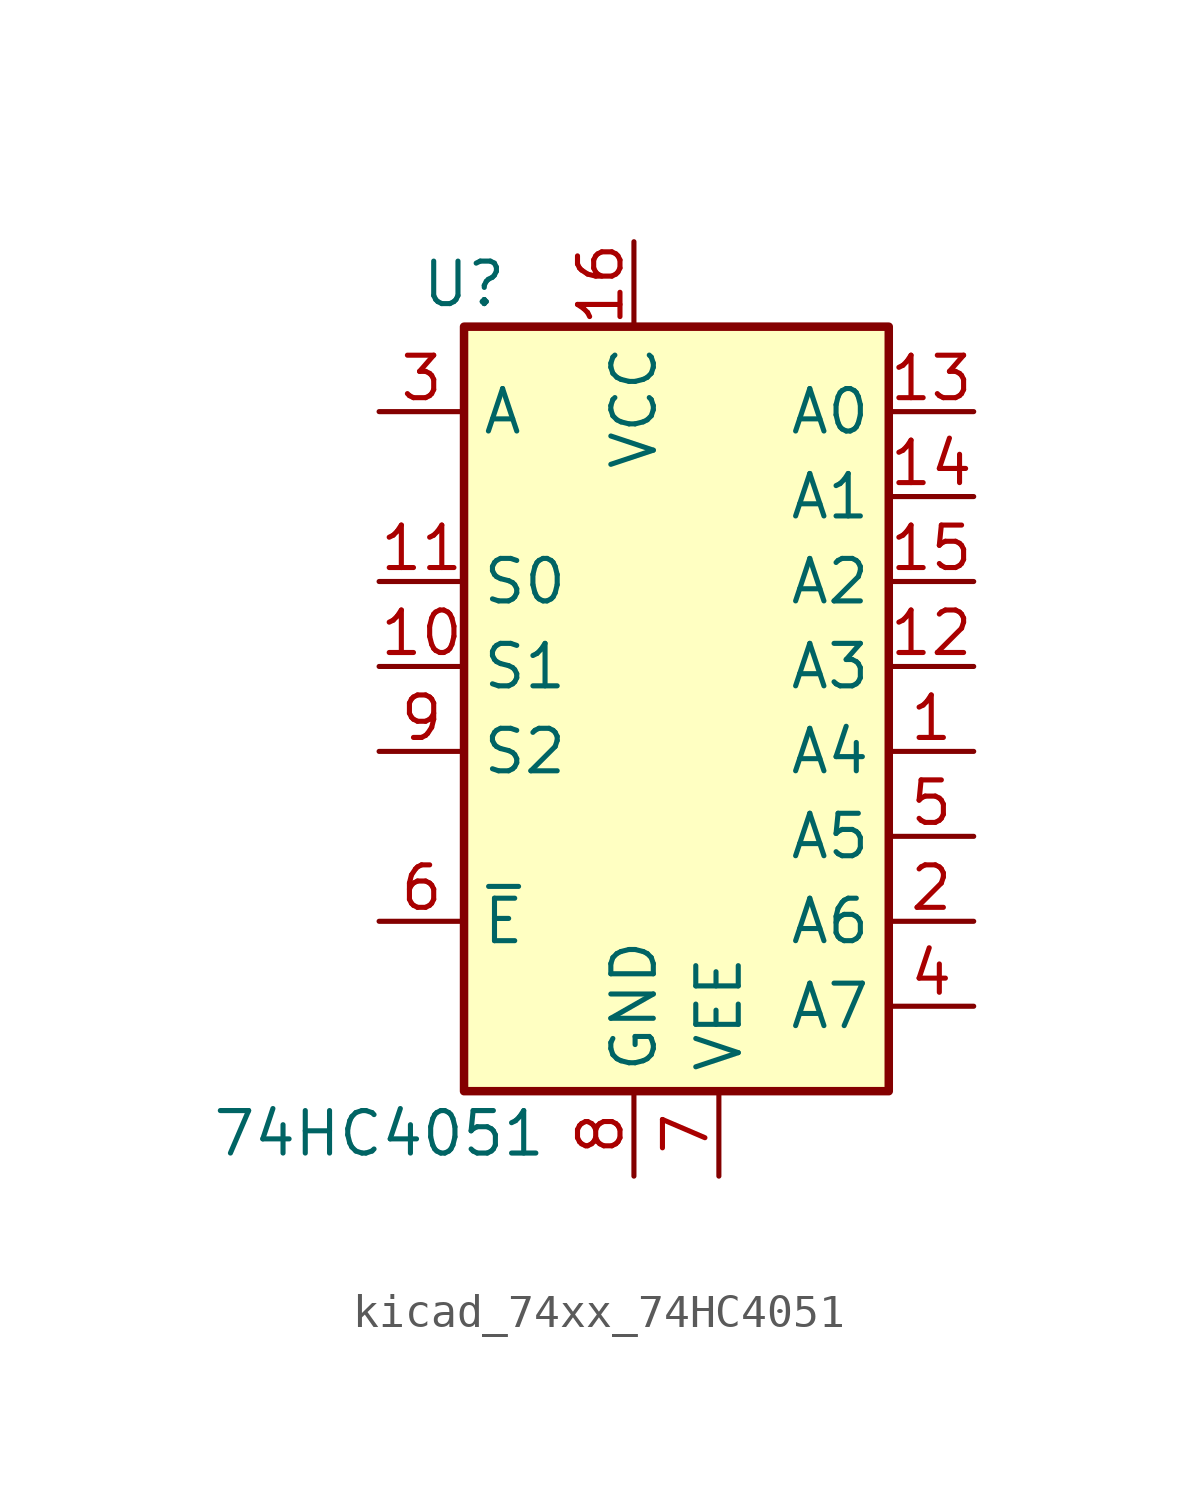
<source format=kicad_sym>
(kicad_symbol_lib
  (version 20220914)
  (generator kicad_symbol_editor)
  (symbol "kicad_74xx_74HC4051"
    (property "Reference" "U"
      (at -5.08 11.43 0)
      (effects (font (size 1.27 1.27))))
    (property "Value" "74HC4051"
      (at -7.62 -13.97 0)
      (effects (font (size 1.27 1.27))))
    (symbol "kicad_74xx_74HC4051_0_1"
      (rectangle (start -5.08 10.16) (end 7.62 -12.7) (stroke (width 0.254) (type default)) (fill (type background))))
    (symbol "kicad_74xx_74HC4051_1_1"
      (pin passive line (at 10.16 -2.54 180) (length 2.54) (name "A4" (effects (font (size 1.27 1.27)))) (number "1" (effects (font (size 1.27 1.27)))))
      (pin input line (at -7.62 0 0) (length 2.54) (name "S1" (effects (font (size 1.27 1.27)))) (number "10" (effects (font (size 1.27 1.27)))))
      (pin input line (at -7.62 2.54 0) (length 2.54) (name "S0" (effects (font (size 1.27 1.27)))) (number "11" (effects (font (size 1.27 1.27)))))
      (pin passive line (at 10.16 0 180) (length 2.54) (name "A3" (effects (font (size 1.27 1.27)))) (number "12" (effects (font (size 1.27 1.27)))))
      (pin passive line (at 10.16 7.62 180) (length 2.54) (name "A0" (effects (font (size 1.27 1.27)))) (number "13" (effects (font (size 1.27 1.27)))))
      (pin passive line (at 10.16 5.08 180) (length 2.54) (name "A1" (effects (font (size 1.27 1.27)))) (number "14" (effects (font (size 1.27 1.27)))))
      (pin passive line (at 10.16 2.54 180) (length 2.54) (name "A2" (effects (font (size 1.27 1.27)))) (number "15" (effects (font (size 1.27 1.27)))))
      (pin power_in line (at 0 12.7 270) (length 2.54) (name "VCC" (effects (font (size 1.27 1.27)))) (number "16" (effects (font (size 1.27 1.27)))))
      (pin passive line (at 10.16 -7.62 180) (length 2.54) (name "A6" (effects (font (size 1.27 1.27)))) (number "2" (effects (font (size 1.27 1.27)))))
      (pin passive line (at -7.62 7.62 0) (length 2.54) (name "A" (effects (font (size 1.27 1.27)))) (number "3" (effects (font (size 1.27 1.27)))))
      (pin passive line (at 10.16 -10.16 180) (length 2.54) (name "A7" (effects (font (size 1.27 1.27)))) (number "4" (effects (font (size 1.27 1.27)))))
      (pin passive line (at 10.16 -5.08 180) (length 2.54) (name "A5" (effects (font (size 1.27 1.27)))) (number "5" (effects (font (size 1.27 1.27)))))
      (pin input line (at -7.62 -7.62 0) (length 2.54) (name "~{E}" (effects (font (size 1.27 1.27)))) (number "6" (effects (font (size 1.27 1.27)))))
      (pin power_in line (at 2.54 -15.24 90) (length 2.54) (name "VEE" (effects (font (size 1.27 1.27)))) (number "7" (effects (font (size 1.27 1.27)))))
      (pin power_in line (at 0 -15.24 90) (length 2.54) (name "GND" (effects (font (size 1.27 1.27)))) (number "8" (effects (font (size 1.27 1.27)))))
      (pin input line (at -7.62 -2.54 0) (length 2.54) (name "S2" (effects (font (size 1.27 1.27)))) (number "9" (effects (font (size 1.27 1.27))))))))
</source>
